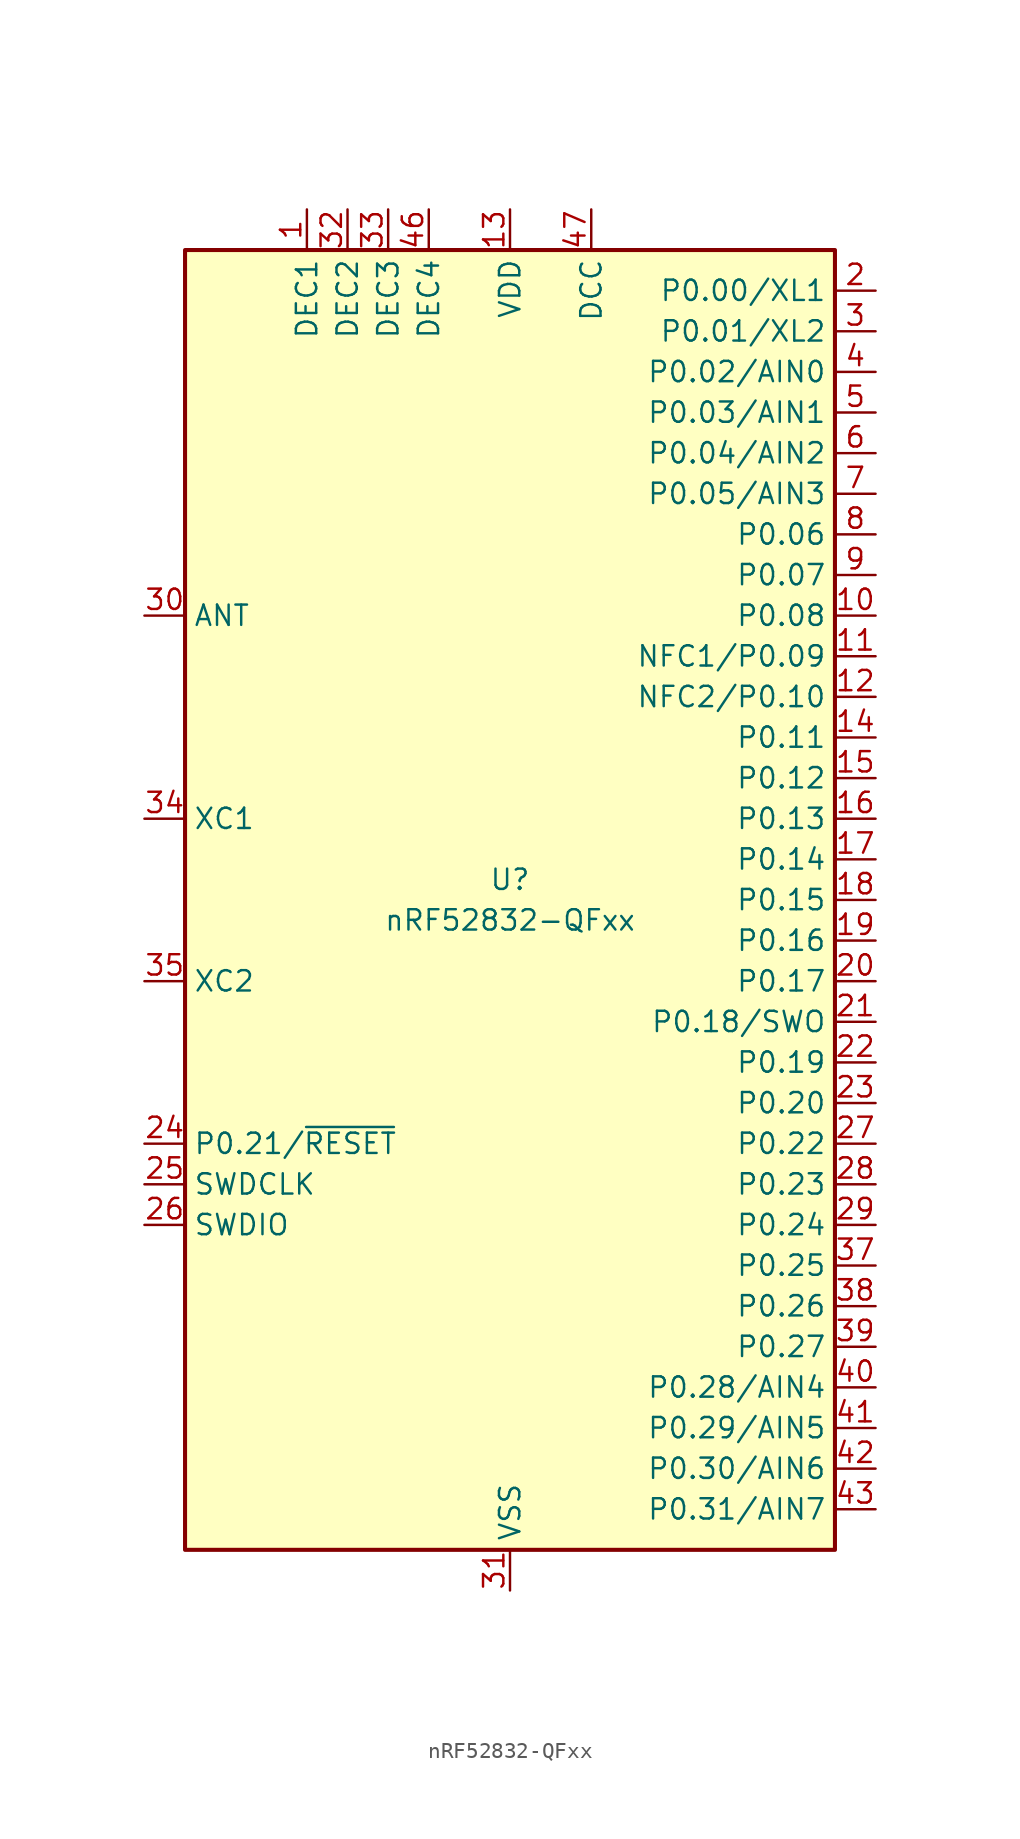
<source format=kicad_sym>
(kicad_symbol_lib
  (version 20241209)
  (generator "kicad_symbol_editor")
  (generator_version "9.0")
  (symbol "nRF52832-QFxx"
    (property "Reference" "U"
      (at 0 1.27 0)
      (effects (font (size 1.27 1.27))))
    (property "Value" "nRF52832-QFxx"
      (at 0 -1.27 0)
      (effects (font (size 1.27 1.27))))
    (symbol "nRF52832-QFxx_0_1"
      (rectangle (start -20.32 40.64) (end 20.32 -40.64) (stroke (width 0.254) (type default)) (fill (type background))))
    (symbol "nRF52832-QFxx_1_1"
      (pin passive line (at -22.86 17.78 0) (length 2.54) (name "ANT" (effects (font (size 1.27 1.27)))) (number "30" (effects (font (size 1.27 1.27)))))
      (pin input line (at -22.86 5.08 0) (length 2.54) (name "XC1" (effects (font (size 1.27 1.27)))) (number "34" (effects (font (size 1.27 1.27)))))
      (pin input line (at -22.86 -5.08 0) (length 2.54) (name "XC2" (effects (font (size 1.27 1.27)))) (number "35" (effects (font (size 1.27 1.27)))))
      (pin bidirectional line (at -22.86 -15.24 0) (length 2.54) (name "P0.21/~{RESET}" (effects (font (size 1.27 1.27)))) (number "24" (effects (font (size 1.27 1.27)))))
      (pin input line (at -22.86 -17.78 0) (length 2.54) (name "SWDCLK" (effects (font (size 1.27 1.27)))) (number "25" (effects (font (size 1.27 1.27)))))
      (pin bidirectional line (at -22.86 -20.32 0) (length 2.54) (name "SWDIO" (effects (font (size 1.27 1.27)))) (number "26" (effects (font (size 1.27 1.27)))))
      (pin no_connect line (at -20.32 -30.48 0) (length 2.54) (hide yes) (name "NC" (effects (font (size 1.27 1.27)))) (number "44" (effects (font (size 1.27 1.27)))))
      (pin passive line (at -12.7 43.18 270) (length 2.54) (name "DEC1" (effects (font (size 1.27 1.27)))) (number "1" (effects (font (size 1.27 1.27)))))
      (pin passive line (at -10.16 43.18 270) (length 2.54) (name "DEC2" (effects (font (size 1.27 1.27)))) (number "32" (effects (font (size 1.27 1.27)))))
      (pin passive line (at -7.62 43.18 270) (length 2.54) (name "DEC3" (effects (font (size 1.27 1.27)))) (number "33" (effects (font (size 1.27 1.27)))))
      (pin passive line (at -5.08 43.18 270) (length 2.54) (name "DEC4" (effects (font (size 1.27 1.27)))) (number "46" (effects (font (size 1.27 1.27)))))
      (pin power_in line (at 0 43.18 270) (length 2.54) (name "VDD" (effects (font (size 1.27 1.27)))) (number "13" (effects (font (size 1.27 1.27)))))
      (pin passive line (at 0 43.18 270) (length 2.54) (hide yes) (name "VDD" (effects (font (size 1.27 1.27)))) (number "36" (effects (font (size 1.27 1.27)))))
      (pin passive line (at 0 43.18 270) (length 2.54) (hide yes) (name "VDD" (effects (font (size 1.27 1.27)))) (number "48" (effects (font (size 1.27 1.27)))))
      (pin power_in line (at 0 -43.18 90) (length 2.54) (name "VSS" (effects (font (size 1.27 1.27)))) (number "31" (effects (font (size 1.27 1.27)))))
      (pin passive line (at 0 -43.18 90) (length 2.54) (hide yes) (name "VSS" (effects (font (size 1.27 1.27)))) (number "45" (effects (font (size 1.27 1.27)))))
      (pin passive line (at 0 -43.18 90) (length 2.54) (hide yes) (name "VSS" (effects (font (size 1.27 1.27)))) (number "49" (effects (font (size 1.27 1.27)))))
      (pin power_out line (at 5.08 43.18 270) (length 2.54) (name "DCC" (effects (font (size 1.27 1.27)))) (number "47" (effects (font (size 1.27 1.27)))))
      (pin bidirectional line (at 22.86 38.1 180) (length 2.54) (name "P0.00/XL1" (effects (font (size 1.27 1.27)))) (number "2" (effects (font (size 1.27 1.27)))))
      (pin bidirectional line (at 22.86 35.56 180) (length 2.54) (name "P0.01/XL2" (effects (font (size 1.27 1.27)))) (number "3" (effects (font (size 1.27 1.27)))))
      (pin bidirectional line (at 22.86 33.02 180) (length 2.54) (name "P0.02/AIN0" (effects (font (size 1.27 1.27)))) (number "4" (effects (font (size 1.27 1.27)))))
      (pin bidirectional line (at 22.86 30.48 180) (length 2.54) (name "P0.03/AIN1" (effects (font (size 1.27 1.27)))) (number "5" (effects (font (size 1.27 1.27)))))
      (pin bidirectional line (at 22.86 27.94 180) (length 2.54) (name "P0.04/AIN2" (effects (font (size 1.27 1.27)))) (number "6" (effects (font (size 1.27 1.27)))))
      (pin bidirectional line (at 22.86 25.4 180) (length 2.54) (name "P0.05/AIN3" (effects (font (size 1.27 1.27)))) (number "7" (effects (font (size 1.27 1.27)))))
      (pin bidirectional line (at 22.86 22.86 180) (length 2.54) (name "P0.06" (effects (font (size 1.27 1.27)))) (number "8" (effects (font (size 1.27 1.27)))))
      (pin bidirectional line (at 22.86 20.32 180) (length 2.54) (name "P0.07" (effects (font (size 1.27 1.27)))) (number "9" (effects (font (size 1.27 1.27)))))
      (pin bidirectional line (at 22.86 17.78 180) (length 2.54) (name "P0.08" (effects (font (size 1.27 1.27)))) (number "10" (effects (font (size 1.27 1.27)))))
      (pin bidirectional line (at 22.86 15.24 180) (length 2.54) (name "NFC1/P0.09" (effects (font (size 1.27 1.27)))) (number "11" (effects (font (size 1.27 1.27)))))
      (pin bidirectional line (at 22.86 12.7 180) (length 2.54) (name "NFC2/P0.10" (effects (font (size 1.27 1.27)))) (number "12" (effects (font (size 1.27 1.27)))))
      (pin bidirectional line (at 22.86 10.16 180) (length 2.54) (name "P0.11" (effects (font (size 1.27 1.27)))) (number "14" (effects (font (size 1.27 1.27)))))
      (pin bidirectional line (at 22.86 7.62 180) (length 2.54) (name "P0.12" (effects (font (size 1.27 1.27)))) (number "15" (effects (font (size 1.27 1.27)))))
      (pin bidirectional line (at 22.86 5.08 180) (length 2.54) (name "P0.13" (effects (font (size 1.27 1.27)))) (number "16" (effects (font (size 1.27 1.27)))))
      (pin bidirectional line (at 22.86 2.54 180) (length 2.54) (name "P0.14" (effects (font (size 1.27 1.27)))) (number "17" (effects (font (size 1.27 1.27)))))
      (pin bidirectional line (at 22.86 0 180) (length 2.54) (name "P0.15" (effects (font (size 1.27 1.27)))) (number "18" (effects (font (size 1.27 1.27)))))
      (pin bidirectional line (at 22.86 -2.54 180) (length 2.54) (name "P0.16" (effects (font (size 1.27 1.27)))) (number "19" (effects (font (size 1.27 1.27)))))
      (pin bidirectional line (at 22.86 -5.08 180) (length 2.54) (name "P0.17" (effects (font (size 1.27 1.27)))) (number "20" (effects (font (size 1.27 1.27)))))
      (pin bidirectional line (at 22.86 -7.62 180) (length 2.54) (name "P0.18/SWO" (effects (font (size 1.27 1.27)))) (number "21" (effects (font (size 1.27 1.27)))))
      (pin bidirectional line (at 22.86 -10.16 180) (length 2.54) (name "P0.19" (effects (font (size 1.27 1.27)))) (number "22" (effects (font (size 1.27 1.27)))))
      (pin bidirectional line (at 22.86 -12.7 180) (length 2.54) (name "P0.20" (effects (font (size 1.27 1.27)))) (number "23" (effects (font (size 1.27 1.27)))))
      (pin bidirectional line (at 22.86 -15.24 180) (length 2.54) (name "P0.22" (effects (font (size 1.27 1.27)))) (number "27" (effects (font (size 1.27 1.27)))))
      (pin bidirectional line (at 22.86 -17.78 180) (length 2.54) (name "P0.23" (effects (font (size 1.27 1.27)))) (number "28" (effects (font (size 1.27 1.27)))))
      (pin bidirectional line (at 22.86 -20.32 180) (length 2.54) (name "P0.24" (effects (font (size 1.27 1.27)))) (number "29" (effects (font (size 1.27 1.27)))))
      (pin bidirectional line (at 22.86 -22.86 180) (length 2.54) (name "P0.25" (effects (font (size 1.27 1.27)))) (number "37" (effects (font (size 1.27 1.27)))))
      (pin bidirectional line (at 22.86 -25.4 180) (length 2.54) (name "P0.26" (effects (font (size 1.27 1.27)))) (number "38" (effects (font (size 1.27 1.27)))))
      (pin bidirectional line (at 22.86 -27.94 180) (length 2.54) (name "P0.27" (effects (font (size 1.27 1.27)))) (number "39" (effects (font (size 1.27 1.27)))))
      (pin bidirectional line (at 22.86 -30.48 180) (length 2.54) (name "P0.28/AIN4" (effects (font (size 1.27 1.27)))) (number "40" (effects (font (size 1.27 1.27)))))
      (pin bidirectional line (at 22.86 -33.02 180) (length 2.54) (name "P0.29/AIN5" (effects (font (size 1.27 1.27)))) (number "41" (effects (font (size 1.27 1.27)))))
      (pin bidirectional line (at 22.86 -35.56 180) (length 2.54) (name "P0.30/AIN6" (effects (font (size 1.27 1.27)))) (number "42" (effects (font (size 1.27 1.27)))))
      (pin bidirectional line (at 22.86 -38.1 180) (length 2.54) (name "P0.31/AIN7" (effects (font (size 1.27 1.27)))) (number "43" (effects (font (size 1.27 1.27))))))))
</source>
